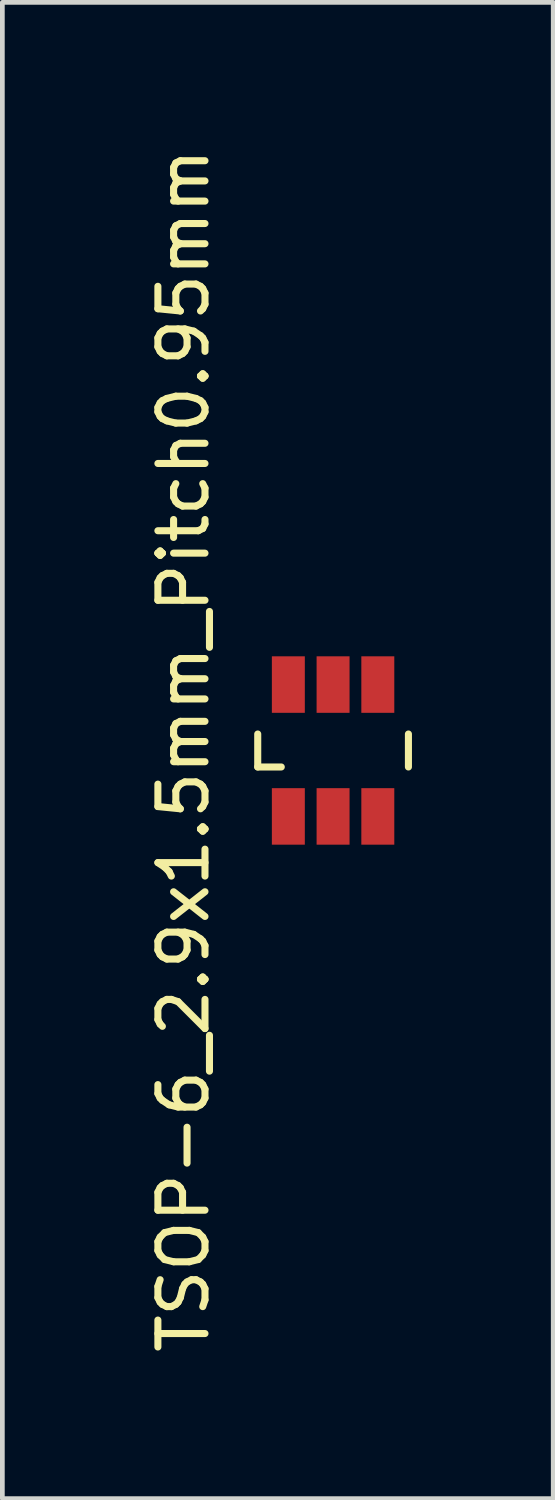
<source format=kicad_pcb>
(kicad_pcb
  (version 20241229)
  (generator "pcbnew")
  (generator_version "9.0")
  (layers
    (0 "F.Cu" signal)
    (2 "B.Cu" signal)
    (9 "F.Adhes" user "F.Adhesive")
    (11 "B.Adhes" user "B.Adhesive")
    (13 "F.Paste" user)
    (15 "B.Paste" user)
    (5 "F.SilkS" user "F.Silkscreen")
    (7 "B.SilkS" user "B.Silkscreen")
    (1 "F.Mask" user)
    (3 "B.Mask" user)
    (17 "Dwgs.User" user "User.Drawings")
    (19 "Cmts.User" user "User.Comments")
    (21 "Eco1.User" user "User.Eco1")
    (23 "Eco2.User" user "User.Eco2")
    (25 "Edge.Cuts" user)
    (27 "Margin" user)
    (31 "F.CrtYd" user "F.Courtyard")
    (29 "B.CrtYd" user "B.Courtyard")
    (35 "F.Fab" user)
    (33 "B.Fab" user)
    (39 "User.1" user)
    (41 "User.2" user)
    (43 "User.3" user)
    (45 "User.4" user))
  (footprint "TSOP-6_2.9x1.5mm_Pitch0.95mm"
    (layer "F.Cu")
    (at 4.023 12.887)
    (property "Reference" "TSOP-6_2.9x1.5mm_Pitch0.95mm" (at -3.175 0 90) (layer "F.SilkS") (effects (font (size 1 1) (thickness 0.15))))
    (attr smd)
    (fp_line (start -1.6 -0.35) (end -1.6 0.35) (stroke (width 0.15) (type solid)) (layer "F.SilkS"))
    (fp_line (start -1.6 0.35) (end -1.1 0.35) (stroke (width 0.15) (type solid)) (layer "F.SilkS"))
    (fp_line (start 1.6 -0.35) (end 1.6 0.35) (stroke (width 0.15) (type solid)) (layer "F.SilkS"))
    (pad "1" smd rect (at -0.95 1.4) (size 0.7 1.2) (layers "F.Cu" "F.Mask" "F.Paste"))
    (pad "2" smd rect (at 0 1.4) (size 0.7 1.2) (layers "F.Cu" "F.Mask" "F.Paste"))
    (pad "3" smd rect (at 0.95 1.4) (size 0.7 1.2) (layers "F.Cu" "F.Mask" "F.Paste"))
    (pad "4" smd rect (at 0.95 -1.4) (size 0.7 1.2) (layers "F.Cu" "F.Mask" "F.Paste"))
    (pad "5" smd rect (at 0 -1.4) (size 0.7 1.2) (layers "F.Cu" "F.Mask" "F.Paste"))
    (pad "6" smd rect (at -0.95 -1.4) (size 0.7 1.2) (layers "F.Cu" "F.Mask" "F.Paste")))
  (gr_rect
    (start -3 -3)
    (end 8.698 28.774)
    (stroke (width 0.1) (type default))
    (fill no)
    (layer "Edge.Cuts")))
</source>
